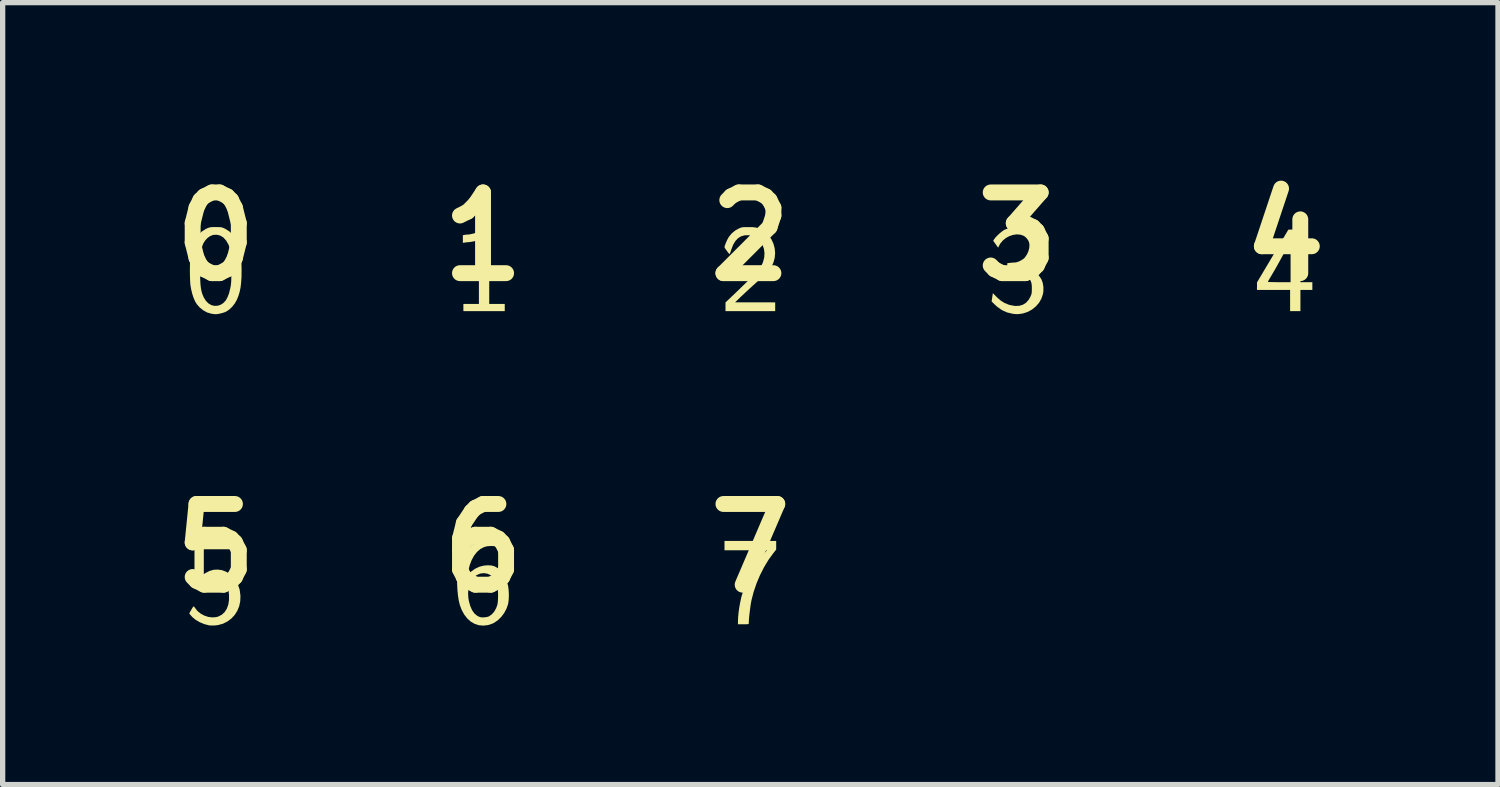
<source format=kicad_pcb>
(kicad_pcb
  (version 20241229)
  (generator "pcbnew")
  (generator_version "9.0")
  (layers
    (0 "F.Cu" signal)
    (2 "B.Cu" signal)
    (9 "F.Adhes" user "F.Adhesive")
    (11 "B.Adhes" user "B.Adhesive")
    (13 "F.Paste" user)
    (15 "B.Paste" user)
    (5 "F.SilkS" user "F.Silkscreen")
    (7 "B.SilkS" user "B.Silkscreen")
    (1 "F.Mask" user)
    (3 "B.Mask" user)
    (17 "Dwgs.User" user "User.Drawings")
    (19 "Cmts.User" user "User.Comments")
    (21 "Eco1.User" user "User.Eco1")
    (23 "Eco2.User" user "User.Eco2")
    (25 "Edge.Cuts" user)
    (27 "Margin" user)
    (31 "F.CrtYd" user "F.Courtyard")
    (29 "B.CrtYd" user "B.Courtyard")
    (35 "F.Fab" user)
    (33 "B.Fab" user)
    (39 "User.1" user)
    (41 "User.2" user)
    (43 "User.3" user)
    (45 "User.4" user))
  (footprint "2"
    (layer "F.Cu")
    (at 11.117 1.418)
    (property "Reference" "2" (at 0 0 0) (layer "F.SilkS") (effects (font (size 1.524 1.524) (thickness 0.3))))
    (attr board_only exclude_from_pos_files exclude_from_bom)
    (fp_poly (pts (xy -0.029 -0.18) (xy 0.044 -0.179) (xy 0.103 -0.172) (xy 0.152 -0.161) (xy 0.197 -0.141) (xy 0.243 -0.114) (xy 0.276 -0.089) (xy 0.343 -0.027) (xy 0.396 0.047) (xy 0.435 0.13) (xy 0.459 0.218) (xy 0.468 0.31) (xy 0.46 0.401) (xy 0.436 0.488) (xy 0.42 0.525) (xy 0.397 0.565) (xy 0.369 0.606) (xy 0.332 0.651) (xy 0.286 0.701) (xy 0.229 0.758) (xy 0.159 0.824) (xy 0.111 0.868) (xy 0.053 0.92) (xy -0.007 0.975) (xy -0.067 1.03) (xy -0.121 1.081) (xy -0.166 1.123) (xy -0.176 1.132) (xy -0.288 1.24) (xy 0.469 1.241) (xy 0.469 1.407) (xy -0.469 1.407) (xy -0.469 1.242) (xy -0.261 1.044) (xy -0.166 0.952) (xy -0.084 0.872) (xy -0.014 0.803) (xy 0.044 0.744) (xy 0.093 0.692) (xy 0.133 0.647) (xy 0.165 0.608) (xy 0.191 0.573) (xy 0.211 0.541) (xy 0.226 0.512) (xy 0.238 0.482) (xy 0.24 0.477) (xy 0.262 0.393) (xy 0.267 0.312) (xy 0.257 0.234) (xy 0.233 0.163) (xy 0.196 0.1) (xy 0.147 0.047) (xy 0.087 0.007) (xy 0.017 -0.019) (xy -0.034 -0.027) (xy -0.109 -0.025) (xy -0.175 -0.006) (xy -0.232 0.029) (xy -0.282 0.082) (xy -0.324 0.152) (xy -0.359 0.241) (xy -0.367 0.268) (xy -0.378 0.3) (xy -0.387 0.322) (xy -0.393 0.33) (xy -0.393 0.33) (xy -0.403 0.32) (xy -0.421 0.3) (xy -0.441 0.272) (xy -0.462 0.243) (xy -0.479 0.218) (xy -0.488 0.201) (xy -0.488 0.198) (xy -0.484 0.176) (xy -0.472 0.143) (xy -0.456 0.103) (xy -0.437 0.061) (xy -0.417 0.024) (xy -0.405 0.004) (xy -0.351 -0.062) (xy -0.287 -0.115) (xy -0.225 -0.15) (xy -0.198 -0.162) (xy -0.176 -0.171) (xy -0.153 -0.176) (xy -0.125 -0.179) (xy -0.088 -0.18) (xy -0.036 -0.18)) (stroke (width 0) (type solid)) (fill yes) (layer "F.SilkS")))
  (footprint "5"
    (layer "F.Cu")
    (at 1.023 7.3)
    (property "Reference" "5" (at 0 0 0) (layer "F.SilkS") (effects (font (size 1.524 1.524) (thickness 0.3))))
    (attr board_only exclude_from_pos_files exclude_from_bom)
    (fp_poly (pts (xy 0.391 0.02) (xy -0.225 0.02) (xy -0.225 0.49) (xy -0.193 0.469) (xy -0.117 0.43) (xy -0.039 0.408) (xy 0.039 0.404) (xy 0.117 0.415) (xy 0.191 0.442) (xy 0.26 0.484) (xy 0.322 0.539) (xy 0.376 0.606) (xy 0.419 0.685) (xy 0.449 0.774) (xy 0.454 0.796) (xy 0.467 0.901) (xy 0.463 1.001) (xy 0.443 1.096) (xy 0.407 1.183) (xy 0.358 1.261) (xy 0.295 1.329) (xy 0.221 1.384) (xy 0.137 1.426) (xy 0.043 1.452) (xy -0.016 1.459) (xy -0.059 1.46) (xy -0.102 1.459) (xy -0.13 1.456) (xy -0.217 1.433) (xy -0.301 1.398) (xy -0.377 1.354) (xy -0.44 1.302) (xy -0.465 1.275) (xy -0.5 1.232) (xy -0.464 1.168) (xy -0.446 1.136) (xy -0.43 1.112) (xy -0.421 1.1) (xy -0.42 1.099) (xy -0.41 1.103) (xy -0.396 1.12) (xy -0.392 1.127) (xy -0.345 1.186) (xy -0.285 1.235) (xy -0.217 1.272) (xy -0.143 1.297) (xy -0.067 1.307) (xy 0.006 1.302) (xy 0.053 1.289) (xy 0.117 1.255) (xy 0.169 1.206) (xy 0.209 1.143) (xy 0.237 1.067) (xy 0.251 0.979) (xy 0.251 0.881) (xy 0.24 0.787) (xy 0.217 0.707) (xy 0.183 0.644) (xy 0.139 0.596) (xy 0.084 0.565) (xy 0.061 0.557) (xy 0.004 0.552) (xy -0.054 0.563) (xy -0.111 0.589) (xy -0.162 0.628) (xy -0.204 0.677) (xy -0.222 0.709) (xy -0.238 0.742) (xy -0.401 0.742) (xy -0.401 -0.137) (xy 0.391 -0.137)) (stroke (width 0) (type solid)) (fill yes) (layer "F.SilkS")))
  (footprint "3"
    (layer "F.Cu")
    (at 16.163 1.418)
    (property "Reference" "3" (at 0 0 0) (layer "F.SilkS") (effects (font (size 1.524 1.524) (thickness 0.3))))
    (attr board_only exclude_from_pos_files exclude_from_bom)
    (fp_poly (pts (xy 0.088 -0.178) (xy 0.173 -0.155) (xy 0.248 -0.12) (xy 0.312 -0.073) (xy 0.363 -0.015) (xy 0.399 0.051) (xy 0.419 0.124) (xy 0.423 0.204) (xy 0.419 0.237) (xy 0.398 0.315) (xy 0.361 0.392) (xy 0.311 0.463) (xy 0.25 0.525) (xy 0.205 0.558) (xy 0.181 0.574) (xy 0.244 0.606) (xy 0.303 0.643) (xy 0.361 0.692) (xy 0.411 0.748) (xy 0.449 0.805) (xy 0.454 0.816) (xy 0.476 0.879) (xy 0.487 0.951) (xy 0.487 1.026) (xy 0.479 1.083) (xy 0.45 1.169) (xy 0.405 1.248) (xy 0.345 1.317) (xy 0.274 1.375) (xy 0.194 1.42) (xy 0.106 1.449) (xy 0.072 1.455) (xy 0.026 1.461) (xy -0.009 1.463) (xy -0.043 1.462) (xy -0.085 1.457) (xy -0.098 1.455) (xy -0.198 1.431) (xy -0.294 1.388) (xy -0.382 1.327) (xy -0.438 1.276) (xy -0.491 1.223) (xy -0.479 1.145) (xy -0.467 1.067) (xy -0.392 1.143) (xy -0.323 1.204) (xy -0.252 1.25) (xy -0.173 1.283) (xy -0.132 1.294) (xy -0.046 1.309) (xy 0.031 1.306) (xy 0.099 1.286) (xy 0.158 1.249) (xy 0.207 1.195) (xy 0.236 1.145) (xy 0.251 1.113) (xy 0.261 1.087) (xy 0.266 1.06) (xy 0.268 1.026) (xy 0.269 0.982) (xy 0.268 0.934) (xy 0.265 0.899) (xy 0.26 0.872) (xy 0.25 0.844) (xy 0.241 0.826) (xy 0.204 0.762) (xy 0.16 0.714) (xy 0.105 0.679) (xy 0.103 0.678) (xy 0.08 0.668) (xy 0.057 0.661) (xy 0.031 0.657) (xy -0.004 0.655) (xy -0.053 0.655) (xy -0.071 0.655) (xy -0.195 0.655) (xy -0.195 0.501) (xy -0.144 0.495) (xy -0.105 0.491) (xy -0.067 0.489) (xy -0.054 0.489) (xy -0.013 0.482) (xy 0.035 0.464) (xy 0.082 0.439) (xy 0.122 0.41) (xy 0.134 0.397) (xy 0.174 0.341) (xy 0.203 0.278) (xy 0.22 0.213) (xy 0.224 0.151) (xy 0.215 0.103) (xy 0.195 0.063) (xy 0.164 0.023) (xy 0.129 -0.007) (xy 0.117 -0.015) (xy 0.054 -0.037) (xy -0.015 -0.043) (xy -0.085 -0.033) (xy -0.155 -0.01) (xy -0.22 0.025) (xy -0.278 0.072) (xy -0.326 0.129) (xy -0.344 0.161) (xy -0.368 0.208) (xy -0.414 0.143) (xy -0.461 0.078) (xy -0.44 0.045) (xy -0.416 0.013) (xy -0.38 -0.024) (xy -0.338 -0.063) (xy -0.295 -0.098) (xy -0.256 -0.125) (xy -0.248 -0.129) (xy -0.163 -0.164) (xy -0.068 -0.182) (xy -0.005 -0.185)) (stroke (width 0) (type solid)) (fill yes) (layer "F.SilkS")))
  (footprint "1"
    (layer "F.Cu")
    (at 6.07 1.418)
    (property "Reference" "1" (at 0 0 0) (layer "F.SilkS") (effects (font (size 1.524 1.524) (thickness 0.3))))
    (attr board_only exclude_from_pos_files exclude_from_bom)
    (fp_poly (pts (xy 0.117 1.27) (xy 0.41 1.27) (xy 0.41 1.407) (xy -0.371 1.407) (xy -0.371 1.27) (xy -0.078 1.27) (xy -0.078 0.061) (xy -0.137 0.079) (xy -0.18 0.09) (xy -0.23 0.099) (xy -0.261 0.103) (xy -0.3 0.106) (xy -0.334 0.11) (xy -0.354 0.113) (xy -0.381 0.117) (xy -0.381 -0.027) (xy -0.35 -0.033) (xy -0.317 -0.038) (xy -0.289 -0.039) (xy -0.257 -0.042) (xy -0.214 -0.051) (xy -0.165 -0.063) (xy -0.117 -0.077) (xy -0.076 -0.092) (xy -0.062 -0.098) (xy -0.029 -0.117) (xy 0.007 -0.14) (xy 0.023 -0.152) (xy 0.052 -0.171) (xy 0.079 -0.183) (xy 0.092 -0.186) (xy 0.117 -0.186)) (stroke (width 0) (type solid)) (fill yes) (layer "F.SilkS")))
  (footprint "7"
    (layer "F.Cu")
    (at 11.117 7.3)
    (property "Reference" "7" (at 0 0 0) (layer "F.SilkS") (effects (font (size 1.524 1.524) (thickness 0.3))))
    (attr board_only exclude_from_pos_files exclude_from_bom)
    (fp_poly (pts (xy 0.488 0.026) (xy 0.438 0.089) (xy 0.346 0.215) (xy 0.261 0.355) (xy 0.184 0.506) (xy 0.117 0.664) (xy 0.063 0.823) (xy 0.022 0.981) (xy 0.016 1.011) (xy 0.006 1.067) (xy -0.003 1.133) (xy -0.012 1.204) (xy -0.02 1.273) (xy -0.026 1.337) (xy -0.029 1.389) (xy -0.029 1.412) (xy -0.03 1.423) (xy -0.034 1.43) (xy -0.045 1.434) (xy -0.067 1.436) (xy -0.103 1.436) (xy -0.132 1.436) (xy -0.234 1.436) (xy -0.234 1.388) (xy -0.231 1.31) (xy -0.223 1.218) (xy -0.209 1.12) (xy -0.191 1.02) (xy -0.17 0.924) (xy -0.165 0.906) (xy -0.123 0.769) (xy -0.066 0.626) (xy 0.003 0.484) (xy 0.083 0.345) (xy 0.17 0.215) (xy 0.249 0.115) (xy 0.313 0.039) (xy -0.488 0.039) (xy -0.488 -0.137) (xy 0.488 -0.137)) (stroke (width 0) (type solid)) (fill yes) (layer "F.SilkS")))
  (footprint "6"
    (layer "F.Cu")
    (at 6.07 7.3)
    (property "Reference" "6" (at 0 0 0) (layer "F.SilkS") (effects (font (size 1.524 1.524) (thickness 0.3))))
    (attr board_only exclude_from_pos_files exclude_from_bom)
    (fp_poly (pts (xy 0.146 -0.184) (xy 0.169 -0.184) (xy 0.243 -0.179) (xy 0.304 -0.169) (xy 0.335 -0.161) (xy 0.391 -0.143) (xy 0.391 0.008) (xy 0.315 -0.017) (xy 0.234 -0.036) (xy 0.153 -0.042) (xy 0.076 -0.036) (xy 0.018 -0.02) (xy -0.052 0.017) (xy -0.114 0.071) (xy -0.169 0.141) (xy -0.215 0.225) (xy -0.252 0.323) (xy -0.273 0.408) (xy -0.28 0.448) (xy -0.282 0.471) (xy -0.275 0.477) (xy -0.259 0.469) (xy -0.231 0.447) (xy -0.228 0.444) (xy -0.147 0.387) (xy -0.065 0.349) (xy 0.02 0.328) (xy 0.094 0.323) (xy 0.162 0.327) (xy 0.219 0.343) (xy 0.272 0.373) (xy 0.313 0.408) (xy 0.362 0.463) (xy 0.406 0.532) (xy 0.442 0.61) (xy 0.468 0.691) (xy 0.474 0.715) (xy 0.482 0.778) (xy 0.487 0.849) (xy 0.487 0.922) (xy 0.483 0.99) (xy 0.475 1.047) (xy 0.474 1.053) (xy 0.444 1.14) (xy 0.4 1.223) (xy 0.344 1.298) (xy 0.278 1.362) (xy 0.205 1.411) (xy 0.183 1.422) (xy 0.095 1.452) (xy 0.007 1.462) (xy -0.078 1.455) (xy -0.158 1.429) (xy -0.232 1.386) (xy -0.298 1.327) (xy -0.356 1.252) (xy -0.404 1.164) (xy -0.439 1.069) (xy -0.459 0.985) (xy -0.474 0.887) (xy -0.478 0.846) (xy -0.282 0.846) (xy -0.277 0.939) (xy -0.268 0.994) (xy -0.242 1.09) (xy -0.208 1.168) (xy -0.165 1.23) (xy -0.114 1.274) (xy -0.095 1.285) (xy -0.062 1.299) (xy -0.033 1.306) (xy 0.001 1.307) (xy 0.02 1.306) (xy 0.059 1.302) (xy 0.094 1.294) (xy 0.114 1.286) (xy 0.166 1.249) (xy 0.212 1.197) (xy 0.248 1.132) (xy 0.27 1.07) (xy 0.278 1.027) (xy 0.282 0.97) (xy 0.284 0.906) (xy 0.283 0.84) (xy 0.279 0.776) (xy 0.272 0.721) (xy 0.264 0.682) (xy 0.233 0.61) (xy 0.192 0.552) (xy 0.141 0.509) (xy 0.082 0.482) (xy 0.018 0.471) (xy -0.05 0.479) (xy -0.06 0.482) (xy -0.123 0.51) (xy -0.176 0.554) (xy -0.22 0.611) (xy -0.252 0.68) (xy -0.273 0.759) (xy -0.282 0.846) (xy -0.478 0.846) (xy -0.484 0.782) (xy -0.489 0.676) (xy -0.487 0.573) (xy -0.479 0.481) (xy -0.474 0.45) (xy -0.444 0.324) (xy -0.402 0.209) (xy -0.347 0.106) (xy -0.281 0.017) (xy -0.206 -0.058) (xy -0.12 -0.118) (xy -0.027 -0.161) (xy -0.007 -0.167) (xy 0.028 -0.177) (xy 0.061 -0.182) (xy 0.098 -0.185)) (stroke (width 0) (type solid)) (fill yes) (layer "F.SilkS")))
  (footprint "0"
    (layer "F.Cu")
    (at 1.023 1.418)
    (property "Reference" "0" (at 0 0 0) (layer "F.SilkS") (effects (font (size 1.524 1.524) (thickness 0.3))))
    (attr board_only exclude_from_pos_files exclude_from_bom)
    (fp_poly (pts (xy 0.049 -0.18) (xy 0.085 -0.179) (xy 0.112 -0.175) (xy 0.136 -0.168) (xy 0.162 -0.156) (xy 0.179 -0.148) (xy 0.256 -0.1) (xy 0.322 -0.036) (xy 0.376 0.044) (xy 0.39 0.07) (xy 0.421 0.141) (xy 0.446 0.214) (xy 0.464 0.293) (xy 0.477 0.381) (xy 0.485 0.481) (xy 0.488 0.596) (xy 0.488 0.64) (xy 0.487 0.759) (xy 0.48 0.863) (xy 0.47 0.953) (xy 0.454 1.034) (xy 0.432 1.109) (xy 0.404 1.181) (xy 0.397 1.196) (xy 0.359 1.263) (xy 0.31 1.325) (xy 0.255 1.377) (xy 0.205 1.411) (xy 0.164 1.429) (xy 0.113 1.445) (xy 0.06 1.457) (xy 0.013 1.464) (xy -0.005 1.464) (xy -0.033 1.462) (xy -0.068 1.457) (xy -0.081 1.455) (xy -0.159 1.433) (xy -0.233 1.393) (xy -0.301 1.339) (xy -0.358 1.274) (xy -0.388 1.225) (xy -0.417 1.159) (xy -0.443 1.08) (xy -0.464 0.994) (xy -0.478 0.913) (xy -0.482 0.862) (xy -0.485 0.797) (xy -0.487 0.722) (xy -0.488 0.643) (xy -0.488 0.625) (xy -0.295 0.625) (xy -0.295 0.732) (xy -0.292 0.823) (xy -0.288 0.899) (xy -0.281 0.963) (xy -0.271 1.019) (xy -0.258 1.068) (xy -0.241 1.113) (xy -0.225 1.149) (xy -0.185 1.213) (xy -0.137 1.261) (xy -0.082 1.293) (xy -0.023 1.307) (xy 0.039 1.304) (xy 0.093 1.286) (xy 0.143 1.254) (xy 0.186 1.209) (xy 0.221 1.148) (xy 0.251 1.071) (xy 0.274 0.977) (xy 0.281 0.943) (xy 0.286 0.91) (xy 0.29 0.876) (xy 0.293 0.837) (xy 0.294 0.79) (xy 0.295 0.732) (xy 0.296 0.659) (xy 0.296 0.62) (xy 0.295 0.52) (xy 0.293 0.436) (xy 0.289 0.366) (xy 0.284 0.307) (xy 0.275 0.258) (xy 0.264 0.214) (xy 0.25 0.174) (xy 0.237 0.143) (xy 0.195 0.072) (xy 0.147 0.018) (xy 0.092 -0.017) (xy 0.031 -0.035) (xy -0.035 -0.034) (xy -0.06 -0.029) (xy -0.109 -0.008) (xy -0.157 0.027) (xy -0.2 0.074) (xy -0.234 0.128) (xy -0.244 0.151) (xy -0.258 0.193) (xy -0.27 0.233) (xy -0.279 0.275) (xy -0.285 0.321) (xy -0.29 0.375) (xy -0.293 0.439) (xy -0.295 0.517) (xy -0.295 0.61) (xy -0.295 0.625) (xy -0.488 0.625) (xy -0.487 0.564) (xy -0.486 0.49) (xy -0.482 0.427) (xy -0.478 0.381) (xy -0.456 0.253) (xy -0.424 0.142) (xy -0.381 0.046) (xy -0.327 -0.033) (xy -0.263 -0.097) (xy -0.188 -0.145) (xy -0.179 -0.149) (xy -0.149 -0.163) (xy -0.124 -0.172) (xy -0.098 -0.177) (xy -0.067 -0.18) (xy -0.024 -0.181) (xy 0 -0.181)) (stroke (width 0) (type solid)) (fill yes) (layer "F.SilkS")))
  (footprint "4"
    (layer "F.Cu")
    (at 21.21 1.418)
    (property "Reference" "4" (at 0 0 0) (layer "F.SilkS") (effects (font (size 1.524 1.524) (thickness 0.3))))
    (attr board_only exclude_from_pos_files exclude_from_bom)
    (fp_poly (pts (xy 0.293 0.86) (xy 0.518 0.86) (xy 0.518 1.006) (xy 0.293 1.006) (xy 0.293 1.407) (xy 0.098 1.407) (xy 0.098 1.006) (xy -0.528 1.006) (xy -0.527 0.935) (xy -0.527 0.865) (xy -0.521 0.854) (xy -0.322 0.854) (xy -0.313 0.855) (xy -0.287 0.857) (xy -0.247 0.858) (xy -0.196 0.859) (xy -0.136 0.86) (xy -0.107 0.86) (xy 0.107 0.86) (xy 0.107 0.452) (xy 0.106 0.044) (xy 0.086 0.097) (xy 0.067 0.141) (xy 0.04 0.2) (xy 0.004 0.269) (xy -0.037 0.348) (xy -0.083 0.433) (xy -0.132 0.522) (xy -0.183 0.613) (xy -0.235 0.701) (xy -0.26 0.744) (xy -0.284 0.784) (xy -0.303 0.818) (xy -0.317 0.842) (xy -0.322 0.854) (xy -0.322 0.854) (xy -0.521 0.854) (xy 0.065 -0.132) (xy 0.179 -0.135) (xy 0.293 -0.137)) (stroke (width 0) (type solid)) (fill yes) (layer "F.SilkS")))
  (gr_rect
    (start -3 -3)
    (end 25.233 11.763)
    (stroke (width 0.1) (type default))
    (fill no)
    (layer "Edge.Cuts")))
</source>
